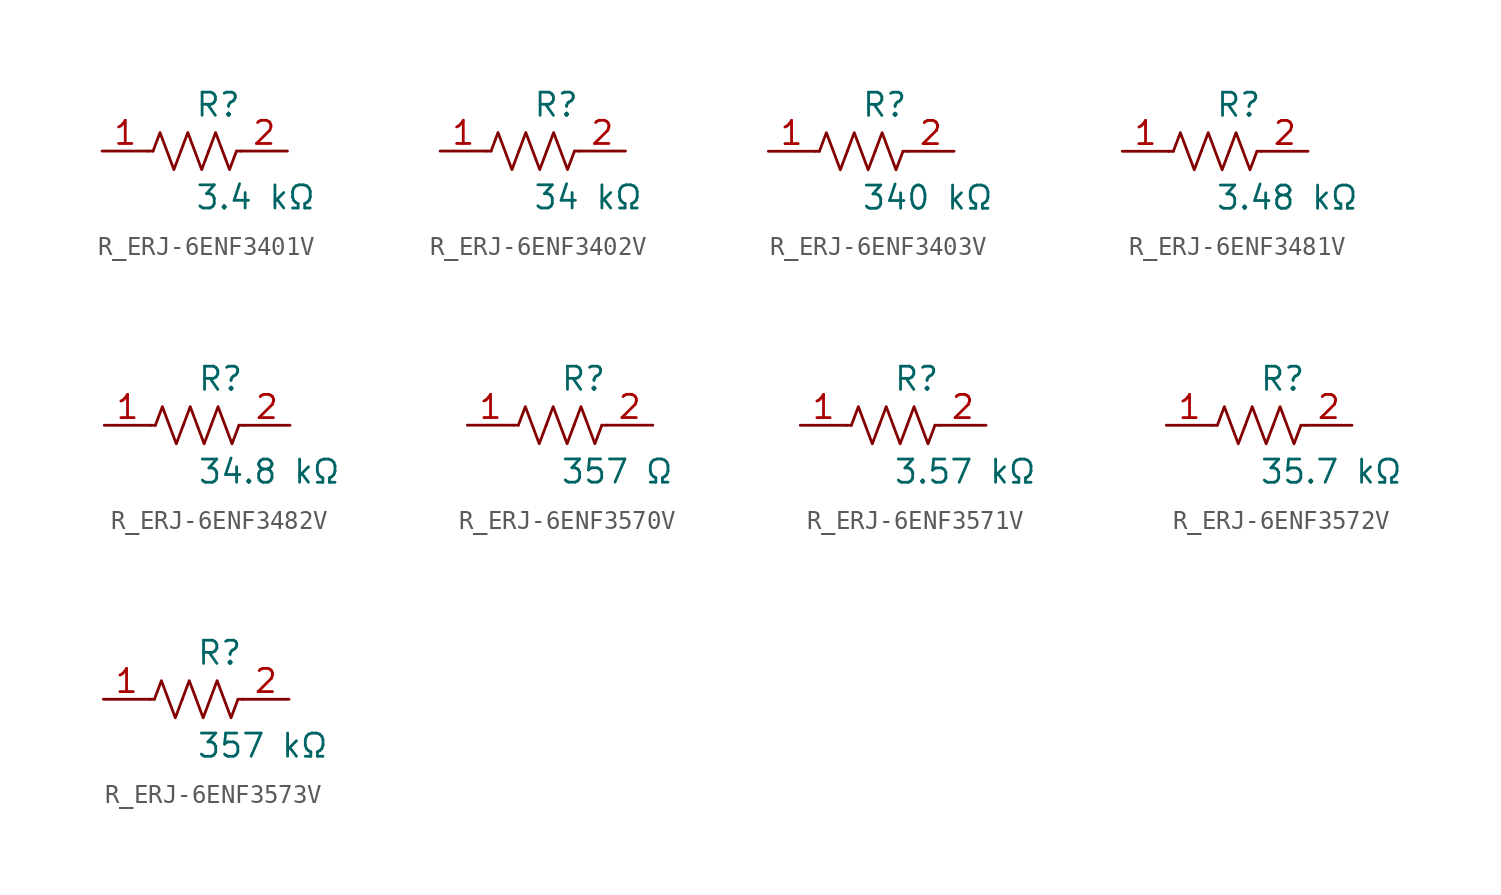
<source format=kicad_sym>
(kicad_symbol_lib
  (version 20231120)
  (generator kicad_symbol_editor)
  (generator_version 8.0)
  (symbol "R_ERJ-6ENF3401V"
    (pin_names
      (offset 0.254))
    (property "Reference" "R"
      (at 0.0 2.54 0)
      (effects (font (size 1.27 1.27)) (justify left)))
    (property "Value" "3.4 kΩ"
      (at 0.0 -2.54 0)
      (effects (font (size 1.27 1.27)) (justify left)))
    (symbol "R_ERJ-6ENF3401V_0_1"
      (polyline (pts (xy 2.286 0) (xy 2.54 0)) (stroke (width 0) (type default)) (fill (type none)))
      (polyline (pts (xy -2.286 0) (xy -2.54 0)) (stroke (width 0) (type default)) (fill (type none)))
      (polyline (pts (xy 0.762 0) (xy 1.143 1.016) (xy 1.524 0) (xy 1.905 -1.016) (xy 2.286 0)) (stroke (width 0) (type default)) (fill (type none)))
      (polyline (pts (xy -0.762 0) (xy -0.381 1.016) (xy 0 0) (xy 0.381 -1.016) (xy 0.762 0)) (stroke (width 0) (type default)) (fill (type none)))
      (polyline (pts (xy -2.286 0) (xy -1.905 1.016) (xy -1.524 0) (xy -1.143 -1.016) (xy -0.762 0)) (stroke (width 0) (type default)) (fill (type none))))
    (pin unspecified line
      (at -5.08 0 0)
      (length 2.54)
      (name "" (effects (font (size 1.27 1.27))))
      (number "1" (effects (font (size 1.27 1.27)))))
    (pin unspecified line
      (at 5.08 0 180)
      (length 2.54)
      (name "" (effects (font (size 1.27 1.27))))
      (number "2" (effects (font (size 1.27 1.27))))))
  (symbol "R_ERJ-6ENF3402V"
    (pin_names
      (offset 0.254))
    (property "Reference" "R"
      (at 0.0 2.54 0)
      (effects (font (size 1.27 1.27)) (justify left)))
    (property "Value" "34 kΩ"
      (at 0.0 -2.54 0)
      (effects (font (size 1.27 1.27)) (justify left)))
    (symbol "R_ERJ-6ENF3402V_0_1"
      (polyline (pts (xy 2.286 0) (xy 2.54 0)) (stroke (width 0) (type default)) (fill (type none)))
      (polyline (pts (xy -2.286 0) (xy -2.54 0)) (stroke (width 0) (type default)) (fill (type none)))
      (polyline (pts (xy 0.762 0) (xy 1.143 1.016) (xy 1.524 0) (xy 1.905 -1.016) (xy 2.286 0)) (stroke (width 0) (type default)) (fill (type none)))
      (polyline (pts (xy -0.762 0) (xy -0.381 1.016) (xy 0 0) (xy 0.381 -1.016) (xy 0.762 0)) (stroke (width 0) (type default)) (fill (type none)))
      (polyline (pts (xy -2.286 0) (xy -1.905 1.016) (xy -1.524 0) (xy -1.143 -1.016) (xy -0.762 0)) (stroke (width 0) (type default)) (fill (type none))))
    (pin unspecified line
      (at -5.08 0 0)
      (length 2.54)
      (name "" (effects (font (size 1.27 1.27))))
      (number "1" (effects (font (size 1.27 1.27)))))
    (pin unspecified line
      (at 5.08 0 180)
      (length 2.54)
      (name "" (effects (font (size 1.27 1.27))))
      (number "2" (effects (font (size 1.27 1.27))))))
  (symbol "R_ERJ-6ENF3403V"
    (pin_names
      (offset 0.254))
    (property "Reference" "R"
      (at 0.0 2.54 0)
      (effects (font (size 1.27 1.27)) (justify left)))
    (property "Value" "340 kΩ"
      (at 0.0 -2.54 0)
      (effects (font (size 1.27 1.27)) (justify left)))
    (symbol "R_ERJ-6ENF3403V_0_1"
      (polyline (pts (xy 2.286 0) (xy 2.54 0)) (stroke (width 0) (type default)) (fill (type none)))
      (polyline (pts (xy -2.286 0) (xy -2.54 0)) (stroke (width 0) (type default)) (fill (type none)))
      (polyline (pts (xy 0.762 0) (xy 1.143 1.016) (xy 1.524 0) (xy 1.905 -1.016) (xy 2.286 0)) (stroke (width 0) (type default)) (fill (type none)))
      (polyline (pts (xy -0.762 0) (xy -0.381 1.016) (xy 0 0) (xy 0.381 -1.016) (xy 0.762 0)) (stroke (width 0) (type default)) (fill (type none)))
      (polyline (pts (xy -2.286 0) (xy -1.905 1.016) (xy -1.524 0) (xy -1.143 -1.016) (xy -0.762 0)) (stroke (width 0) (type default)) (fill (type none))))
    (pin unspecified line
      (at -5.08 0 0)
      (length 2.54)
      (name "" (effects (font (size 1.27 1.27))))
      (number "1" (effects (font (size 1.27 1.27)))))
    (pin unspecified line
      (at 5.08 0 180)
      (length 2.54)
      (name "" (effects (font (size 1.27 1.27))))
      (number "2" (effects (font (size 1.27 1.27))))))
  (symbol "R_ERJ-6ENF3481V"
    (pin_names
      (offset 0.254))
    (property "Reference" "R"
      (at 0.0 2.54 0)
      (effects (font (size 1.27 1.27)) (justify left)))
    (property "Value" "3.48 kΩ"
      (at 0.0 -2.54 0)
      (effects (font (size 1.27 1.27)) (justify left)))
    (symbol "R_ERJ-6ENF3481V_0_1"
      (polyline (pts (xy 2.286 0) (xy 2.54 0)) (stroke (width 0) (type default)) (fill (type none)))
      (polyline (pts (xy -2.286 0) (xy -2.54 0)) (stroke (width 0) (type default)) (fill (type none)))
      (polyline (pts (xy 0.762 0) (xy 1.143 1.016) (xy 1.524 0) (xy 1.905 -1.016) (xy 2.286 0)) (stroke (width 0) (type default)) (fill (type none)))
      (polyline (pts (xy -0.762 0) (xy -0.381 1.016) (xy 0 0) (xy 0.381 -1.016) (xy 0.762 0)) (stroke (width 0) (type default)) (fill (type none)))
      (polyline (pts (xy -2.286 0) (xy -1.905 1.016) (xy -1.524 0) (xy -1.143 -1.016) (xy -0.762 0)) (stroke (width 0) (type default)) (fill (type none))))
    (pin unspecified line
      (at -5.08 0 0)
      (length 2.54)
      (name "" (effects (font (size 1.27 1.27))))
      (number "1" (effects (font (size 1.27 1.27)))))
    (pin unspecified line
      (at 5.08 0 180)
      (length 2.54)
      (name "" (effects (font (size 1.27 1.27))))
      (number "2" (effects (font (size 1.27 1.27))))))
  (symbol "R_ERJ-6ENF3482V"
    (pin_names
      (offset 0.254))
    (property "Reference" "R"
      (at 0.0 2.54 0)
      (effects (font (size 1.27 1.27)) (justify left)))
    (property "Value" "34.8 kΩ"
      (at 0.0 -2.54 0)
      (effects (font (size 1.27 1.27)) (justify left)))
    (symbol "R_ERJ-6ENF3482V_0_1"
      (polyline (pts (xy 2.286 0) (xy 2.54 0)) (stroke (width 0) (type default)) (fill (type none)))
      (polyline (pts (xy -2.286 0) (xy -2.54 0)) (stroke (width 0) (type default)) (fill (type none)))
      (polyline (pts (xy 0.762 0) (xy 1.143 1.016) (xy 1.524 0) (xy 1.905 -1.016) (xy 2.286 0)) (stroke (width 0) (type default)) (fill (type none)))
      (polyline (pts (xy -0.762 0) (xy -0.381 1.016) (xy 0 0) (xy 0.381 -1.016) (xy 0.762 0)) (stroke (width 0) (type default)) (fill (type none)))
      (polyline (pts (xy -2.286 0) (xy -1.905 1.016) (xy -1.524 0) (xy -1.143 -1.016) (xy -0.762 0)) (stroke (width 0) (type default)) (fill (type none))))
    (pin unspecified line
      (at -5.08 0 0)
      (length 2.54)
      (name "" (effects (font (size 1.27 1.27))))
      (number "1" (effects (font (size 1.27 1.27)))))
    (pin unspecified line
      (at 5.08 0 180)
      (length 2.54)
      (name "" (effects (font (size 1.27 1.27))))
      (number "2" (effects (font (size 1.27 1.27))))))
  (symbol "R_ERJ-6ENF3570V"
    (pin_names
      (offset 0.254))
    (property "Reference" "R"
      (at 0.0 2.54 0)
      (effects (font (size 1.27 1.27)) (justify left)))
    (property "Value" "357 Ω"
      (at 0.0 -2.54 0)
      (effects (font (size 1.27 1.27)) (justify left)))
    (symbol "R_ERJ-6ENF3570V_0_1"
      (polyline (pts (xy 2.286 0) (xy 2.54 0)) (stroke (width 0) (type default)) (fill (type none)))
      (polyline (pts (xy -2.286 0) (xy -2.54 0)) (stroke (width 0) (type default)) (fill (type none)))
      (polyline (pts (xy 0.762 0) (xy 1.143 1.016) (xy 1.524 0) (xy 1.905 -1.016) (xy 2.286 0)) (stroke (width 0) (type default)) (fill (type none)))
      (polyline (pts (xy -0.762 0) (xy -0.381 1.016) (xy 0 0) (xy 0.381 -1.016) (xy 0.762 0)) (stroke (width 0) (type default)) (fill (type none)))
      (polyline (pts (xy -2.286 0) (xy -1.905 1.016) (xy -1.524 0) (xy -1.143 -1.016) (xy -0.762 0)) (stroke (width 0) (type default)) (fill (type none))))
    (pin unspecified line
      (at -5.08 0 0)
      (length 2.54)
      (name "" (effects (font (size 1.27 1.27))))
      (number "1" (effects (font (size 1.27 1.27)))))
    (pin unspecified line
      (at 5.08 0 180)
      (length 2.54)
      (name "" (effects (font (size 1.27 1.27))))
      (number "2" (effects (font (size 1.27 1.27))))))
  (symbol "R_ERJ-6ENF3571V"
    (pin_names
      (offset 0.254))
    (property "Reference" "R"
      (at 0.0 2.54 0)
      (effects (font (size 1.27 1.27)) (justify left)))
    (property "Value" "3.57 kΩ"
      (at 0.0 -2.54 0)
      (effects (font (size 1.27 1.27)) (justify left)))
    (symbol "R_ERJ-6ENF3571V_0_1"
      (polyline (pts (xy 2.286 0) (xy 2.54 0)) (stroke (width 0) (type default)) (fill (type none)))
      (polyline (pts (xy -2.286 0) (xy -2.54 0)) (stroke (width 0) (type default)) (fill (type none)))
      (polyline (pts (xy 0.762 0) (xy 1.143 1.016) (xy 1.524 0) (xy 1.905 -1.016) (xy 2.286 0)) (stroke (width 0) (type default)) (fill (type none)))
      (polyline (pts (xy -0.762 0) (xy -0.381 1.016) (xy 0 0) (xy 0.381 -1.016) (xy 0.762 0)) (stroke (width 0) (type default)) (fill (type none)))
      (polyline (pts (xy -2.286 0) (xy -1.905 1.016) (xy -1.524 0) (xy -1.143 -1.016) (xy -0.762 0)) (stroke (width 0) (type default)) (fill (type none))))
    (pin unspecified line
      (at -5.08 0 0)
      (length 2.54)
      (name "" (effects (font (size 1.27 1.27))))
      (number "1" (effects (font (size 1.27 1.27)))))
    (pin unspecified line
      (at 5.08 0 180)
      (length 2.54)
      (name "" (effects (font (size 1.27 1.27))))
      (number "2" (effects (font (size 1.27 1.27))))))
  (symbol "R_ERJ-6ENF3572V"
    (pin_names
      (offset 0.254))
    (property "Reference" "R"
      (at 0.0 2.54 0)
      (effects (font (size 1.27 1.27)) (justify left)))
    (property "Value" "35.7 kΩ"
      (at 0.0 -2.54 0)
      (effects (font (size 1.27 1.27)) (justify left)))
    (symbol "R_ERJ-6ENF3572V_0_1"
      (polyline (pts (xy 2.286 0) (xy 2.54 0)) (stroke (width 0) (type default)) (fill (type none)))
      (polyline (pts (xy -2.286 0) (xy -2.54 0)) (stroke (width 0) (type default)) (fill (type none)))
      (polyline (pts (xy 0.762 0) (xy 1.143 1.016) (xy 1.524 0) (xy 1.905 -1.016) (xy 2.286 0)) (stroke (width 0) (type default)) (fill (type none)))
      (polyline (pts (xy -0.762 0) (xy -0.381 1.016) (xy 0 0) (xy 0.381 -1.016) (xy 0.762 0)) (stroke (width 0) (type default)) (fill (type none)))
      (polyline (pts (xy -2.286 0) (xy -1.905 1.016) (xy -1.524 0) (xy -1.143 -1.016) (xy -0.762 0)) (stroke (width 0) (type default)) (fill (type none))))
    (pin unspecified line
      (at -5.08 0 0)
      (length 2.54)
      (name "" (effects (font (size 1.27 1.27))))
      (number "1" (effects (font (size 1.27 1.27)))))
    (pin unspecified line
      (at 5.08 0 180)
      (length 2.54)
      (name "" (effects (font (size 1.27 1.27))))
      (number "2" (effects (font (size 1.27 1.27))))))
  (symbol "R_ERJ-6ENF3573V"
    (pin_names
      (offset 0.254))
    (property "Reference" "R"
      (at 0.0 2.54 0)
      (effects (font (size 1.27 1.27)) (justify left)))
    (property "Value" "357 kΩ"
      (at 0.0 -2.54 0)
      (effects (font (size 1.27 1.27)) (justify left)))
    (symbol "R_ERJ-6ENF3573V_0_1"
      (polyline (pts (xy 2.286 0) (xy 2.54 0)) (stroke (width 0) (type default)) (fill (type none)))
      (polyline (pts (xy -2.286 0) (xy -2.54 0)) (stroke (width 0) (type default)) (fill (type none)))
      (polyline (pts (xy 0.762 0) (xy 1.143 1.016) (xy 1.524 0) (xy 1.905 -1.016) (xy 2.286 0)) (stroke (width 0) (type default)) (fill (type none)))
      (polyline (pts (xy -0.762 0) (xy -0.381 1.016) (xy 0 0) (xy 0.381 -1.016) (xy 0.762 0)) (stroke (width 0) (type default)) (fill (type none)))
      (polyline (pts (xy -2.286 0) (xy -1.905 1.016) (xy -1.524 0) (xy -1.143 -1.016) (xy -0.762 0)) (stroke (width 0) (type default)) (fill (type none))))
    (pin unspecified line
      (at -5.08 0 0)
      (length 2.54)
      (name "" (effects (font (size 1.27 1.27))))
      (number "1" (effects (font (size 1.27 1.27)))))
    (pin unspecified line
      (at 5.08 0 180)
      (length 2.54)
      (name "" (effects (font (size 1.27 1.27))))
      (number "2" (effects (font (size 1.27 1.27)))))))
</source>
